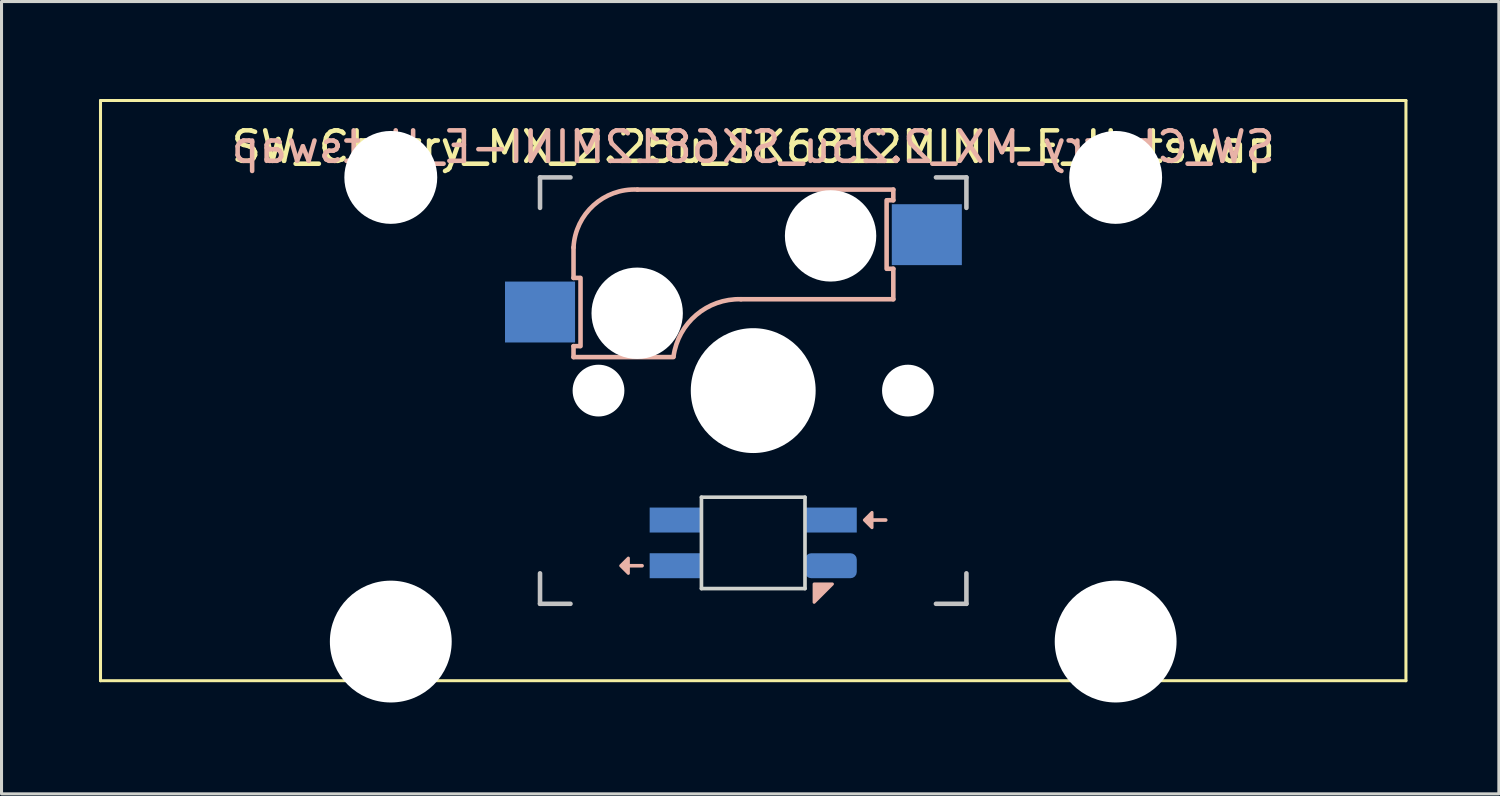
<source format=kicad_pcb>
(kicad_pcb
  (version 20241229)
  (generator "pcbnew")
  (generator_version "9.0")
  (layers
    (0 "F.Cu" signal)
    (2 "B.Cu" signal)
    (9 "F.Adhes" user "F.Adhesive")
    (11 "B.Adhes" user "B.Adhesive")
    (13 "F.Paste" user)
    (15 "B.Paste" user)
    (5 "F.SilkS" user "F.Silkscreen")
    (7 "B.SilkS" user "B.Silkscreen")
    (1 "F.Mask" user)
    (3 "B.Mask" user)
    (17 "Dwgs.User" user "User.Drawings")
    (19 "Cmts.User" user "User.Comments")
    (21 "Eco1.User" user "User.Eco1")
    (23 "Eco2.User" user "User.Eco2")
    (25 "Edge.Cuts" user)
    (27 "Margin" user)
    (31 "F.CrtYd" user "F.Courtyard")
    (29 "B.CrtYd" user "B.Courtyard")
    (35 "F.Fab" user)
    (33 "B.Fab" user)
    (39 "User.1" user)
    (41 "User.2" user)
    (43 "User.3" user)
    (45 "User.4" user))
  (footprint "SW_Cherry_MX_2.25u_SK6812MINI-E_Hotswap"
    (layer "F.Cu")
    (at 0.25 0.25)
    (property "Reference" "SW_Cherry_MX_2.25u_SK6812MINI-E_Hotswap" (at 21.431 1.525 0) (unlocked yes) (layer "F.SilkS") (effects (font (size 1 1) (thickness 0.15))))
    (attr smd)
    (fp_line (start 0 0) (end 42.862 0) (stroke (width 0.1) (type solid)) (layer "F.SilkS"))
    (fp_line (start 0 19.05) (end 0 0) (stroke (width 0.1) (type solid)) (layer "F.SilkS"))
    (fp_line (start 42.862 0) (end 42.862 19.05) (stroke (width 0.1) (type solid)) (layer "F.SilkS"))
    (fp_line (start 42.862 19.05) (end 0 19.05) (stroke (width 0.1) (type solid)) (layer "F.SilkS"))
    (fp_line (start 15.531 4.825) (end 15.531 5.825) (stroke (width 0.15) (type solid)) (layer "B.SilkS"))
    (fp_line (start 15.531 5.825) (end 15.731 5.825) (stroke (width 0.15) (type solid)) (layer "B.SilkS"))
    (fp_line (start 15.531 8.425) (end 15.531 8.065) (stroke (width 0.15) (type solid)) (layer "B.SilkS"))
    (fp_line (start 15.531 8.425) (end 18.811 8.425) (stroke (width 0.15) (type solid)) (layer "B.SilkS"))
    (fp_line (start 15.731 8.065) (end 15.531 8.065) (stroke (width 0.15) (type solid)) (layer "B.SilkS"))
    (fp_line (start 15.761 5.825) (end 15.761 8.065) (stroke (width 0.15) (type solid)) (layer "B.SilkS"))
    (fp_line (start 17.331 15.275) (end 17.781 15.275) (stroke (width 0.12) (type solid)) (layer "B.SilkS"))
    (fp_line (start 21.031 6.525) (end 26.031 6.525) (stroke (width 0.15) (type solid)) (layer "B.SilkS"))
    (fp_line (start 25.331 13.775) (end 25.781 13.775) (stroke (width 0.12) (type solid)) (layer "B.SilkS"))
    (fp_line (start 25.811 5.525) (end 25.811 3.275) (stroke (width 0.15) (type solid)) (layer "B.SilkS"))
    (fp_line (start 25.831 3.275) (end 26.031 3.275) (stroke (width 0.15) (type solid)) (layer "B.SilkS"))
    (fp_line (start 26.031 2.925) (end 17.631 2.925) (stroke (width 0.15) (type solid)) (layer "B.SilkS"))
    (fp_line (start 26.031 3.275) (end 26.031 2.925) (stroke (width 0.15) (type solid)) (layer "B.SilkS"))
    (fp_line (start 26.031 5.525) (end 25.831 5.525) (stroke (width 0.15) (type solid)) (layer "B.SilkS"))
    (fp_line (start 26.031 6.525) (end 26.031 5.525) (stroke (width 0.15) (type solid)) (layer "B.SilkS"))
    (fp_arc (start 15.53125 4.825001) (mid 16.187746 3.440076) (end 17.631249 2.925) (stroke (width 0.15) (type solid)) (layer "B.SilkS"))
    (fp_arc (start 18.814932 8.403529) (mid 19.562541 7.038882) (end 21.03125 6.525) (stroke (width 0.15) (type solid)) (layer "B.SilkS"))
    (fp_poly (pts (xy 17.331 15.025) (xy 17.081 15.275) (xy 17.331 15.525)) (stroke (width 0.1) (type solid)) (fill yes) (layer "B.SilkS"))
    (fp_poly (pts (xy 23.431 16.475) (xy 23.431 15.875) (xy 24.031 15.875)) (stroke (width 0.1) (type solid)) (fill yes) (layer "B.SilkS"))
    (fp_poly (pts (xy 25.331 13.525) (xy 25.081 13.775) (xy 25.331 14.025)) (stroke (width 0.1) (type solid)) (fill yes) (layer "B.SilkS"))
    (fp_line (start 14.431 2.525) (end 15.431 2.525) (stroke (width 0.15) (type solid)) (layer "Dwgs.User"))
    (fp_line (start 14.431 3.525) (end 14.431 2.525) (stroke (width 0.15) (type solid)) (layer "Dwgs.User"))
    (fp_line (start 14.431 15.525) (end 14.431 16.525) (stroke (width 0.15) (type solid)) (layer "Dwgs.User"))
    (fp_line (start 14.431 16.525) (end 15.431 16.525) (stroke (width 0.15) (type solid)) (layer "Dwgs.User"))
    (fp_line (start 27.431 16.525) (end 28.431 16.525) (stroke (width 0.15) (type solid)) (layer "Dwgs.User"))
    (fp_line (start 28.431 2.525) (end 27.431 2.525) (stroke (width 0.15) (type solid)) (layer "Dwgs.User"))
    (fp_line (start 28.431 2.525) (end 28.431 3.525) (stroke (width 0.15) (type solid)) (layer "Dwgs.User"))
    (fp_line (start 28.431 16.525) (end 28.431 15.525) (stroke (width 0.15) (type solid)) (layer "Dwgs.User"))
    (fp_line (start 5.301 17.297) (end 5.302 3.835) (stroke (width 0.05) (type solid)) (layer "Eco1.User"))
    (fp_line (start 5.302 3.835) (end 14.38 3.835) (stroke (width 0.05) (type solid)) (layer "Eco1.User"))
    (fp_line (start 12.381 16.129) (end 12.381 17.297) (stroke (width 0.05) (type solid)) (layer "Eco1.User"))
    (fp_line (start 12.381 17.297) (end 5.301 17.297) (stroke (width 0.05) (type solid)) (layer "Eco1.User"))
    (fp_line (start 14.38 2.48) (end 14.38 3.835) (stroke (width 0.05) (type solid)) (layer "Eco1.User"))
    (fp_line (start 14.38 2.48) (end 28.48 2.48) (stroke (width 0.05) (type solid)) (layer "Eco1.User"))
    (fp_line (start 14.38 16.129) (end 12.381 16.129) (stroke (width 0.05) (type solid)) (layer "Eco1.User"))
    (fp_line (start 14.38 16.129) (end 14.38 16.58) (stroke (width 0.05) (type solid)) (layer "Eco1.User"))
    (fp_line (start 28.48 2.48) (end 28.48 3.835) (stroke (width 0.05) (type solid)) (layer "Eco1.User"))
    (fp_line (start 28.48 16.129) (end 28.48 16.58) (stroke (width 0.05) (type solid)) (layer "Eco1.User"))
    (fp_line (start 28.48 16.129) (end 30.481 16.129) (stroke (width 0.05) (type solid)) (layer "Eco1.User"))
    (fp_line (start 28.48 16.58) (end 14.38 16.58) (stroke (width 0.05) (type solid)) (layer "Eco1.User"))
    (fp_line (start 30.481 17.297) (end 30.481 16.129) (stroke (width 0.05) (type solid)) (layer "Eco1.User"))
    (fp_line (start 30.481 17.297) (end 37.561 17.297) (stroke (width 0.05) (type solid)) (layer "Eco1.User"))
    (fp_line (start 37.56 3.835) (end 28.48 3.835) (stroke (width 0.05) (type solid)) (layer "Eco1.User"))
    (fp_line (start 37.561 17.297) (end 37.56 3.835) (stroke (width 0.05) (type solid)) (layer "Eco1.User"))
    (fp_line (start 19.731 13.025) (end 23.131 13.025) (stroke (width 0.12) (type solid)) (layer "Edge.Cuts"))
    (fp_line (start 19.731 16.025) (end 19.731 13.025) (stroke (width 0.12) (type solid)) (layer "Edge.Cuts"))
    (fp_line (start 23.131 13.025) (end 23.131 16.025) (stroke (width 0.12) (type solid)) (layer "Edge.Cuts"))
    (fp_line (start 23.131 16.025) (end 19.731 16.025) (stroke (width 0.12) (type solid)) (layer "Edge.Cuts"))
    (fp_text user "${REFERENCE}" (at 21.431 1.525 0) (layer "B.SilkS") (effects (font (size 1 1) (thickness 0.15)) (justify mirror)))
    (pad "" np_thru_hole circle (at 9.531 2.525) (size 3.05 3.05) (drill 3.05) (layers "*.Cu" "*.Mask"))
    (pad "" np_thru_hole circle (at 9.531 17.765) (size 4 4) (drill 4) (layers "*.Cu" "*.Mask"))
    (pad "" np_thru_hole circle (at 16.351 9.525) (size 1.7 1.7) (drill 1.7) (layers "*.Cu" "*.Mask"))
    (pad "" np_thru_hole circle (at 17.621 6.985 180) (size 3 3) (drill 3) (layers "*.Cu" "*.Mask"))
    (pad "" np_thru_hole circle (at 21.431 9.525 90) (size 4.1 4.1) (drill 4.1) (layers "*.Cu" "*.Mask"))
    (pad "" np_thru_hole circle (at 23.971 4.445 180) (size 3 3) (drill 3) (layers "*.Cu" "*.Mask"))
    (pad "" np_thru_hole circle (at 26.511 9.525) (size 1.7 1.7) (drill 1.7) (layers "*.Cu" "*.Mask"))
    (pad "" np_thru_hole circle (at 33.331 2.525) (size 3.05 3.05) (drill 3.05) (layers "*.Cu" "*.Mask"))
    (pad "" np_thru_hole circle (at 33.331 17.765) (size 4 4) (drill 4) (layers "*.Cu" "*.Mask"))
    (pad "1" smd rect (at 14.431 6.945 180) (size 2.3 2) (layers "B.Cu" "B.Mask" "B.Paste"))
    (pad "2" smd rect (at 27.131 4.405 180) (size 2.3 2) (layers "B.Cu" "B.Mask" "B.Paste"))
    (pad "3" smd rect (at 18.881 13.775) (size 1.7 0.82) (layers "B.Cu" "B.Mask" "B.Paste"))
    (pad "4" smd rect (at 18.881 15.275) (size 1.7 0.82) (layers "B.Cu" "B.Mask" "B.Paste"))
    (pad "5" smd roundrect (at 23.981 15.275) (size 1.7 0.82) (layers "B.Cu" "B.Mask" "B.Paste") (roundrect_rratio 0.25))
    (pad "6" smd rect (at 23.981 13.775) (size 1.7 0.82) (layers "B.Cu" "B.Mask" "B.Paste")))
  (gr_rect
    (start -3 -3)
    (end 46.163 23.015)
    (stroke (width 0.1) (type default))
    (fill no)
    (layer "Edge.Cuts")))
</source>
